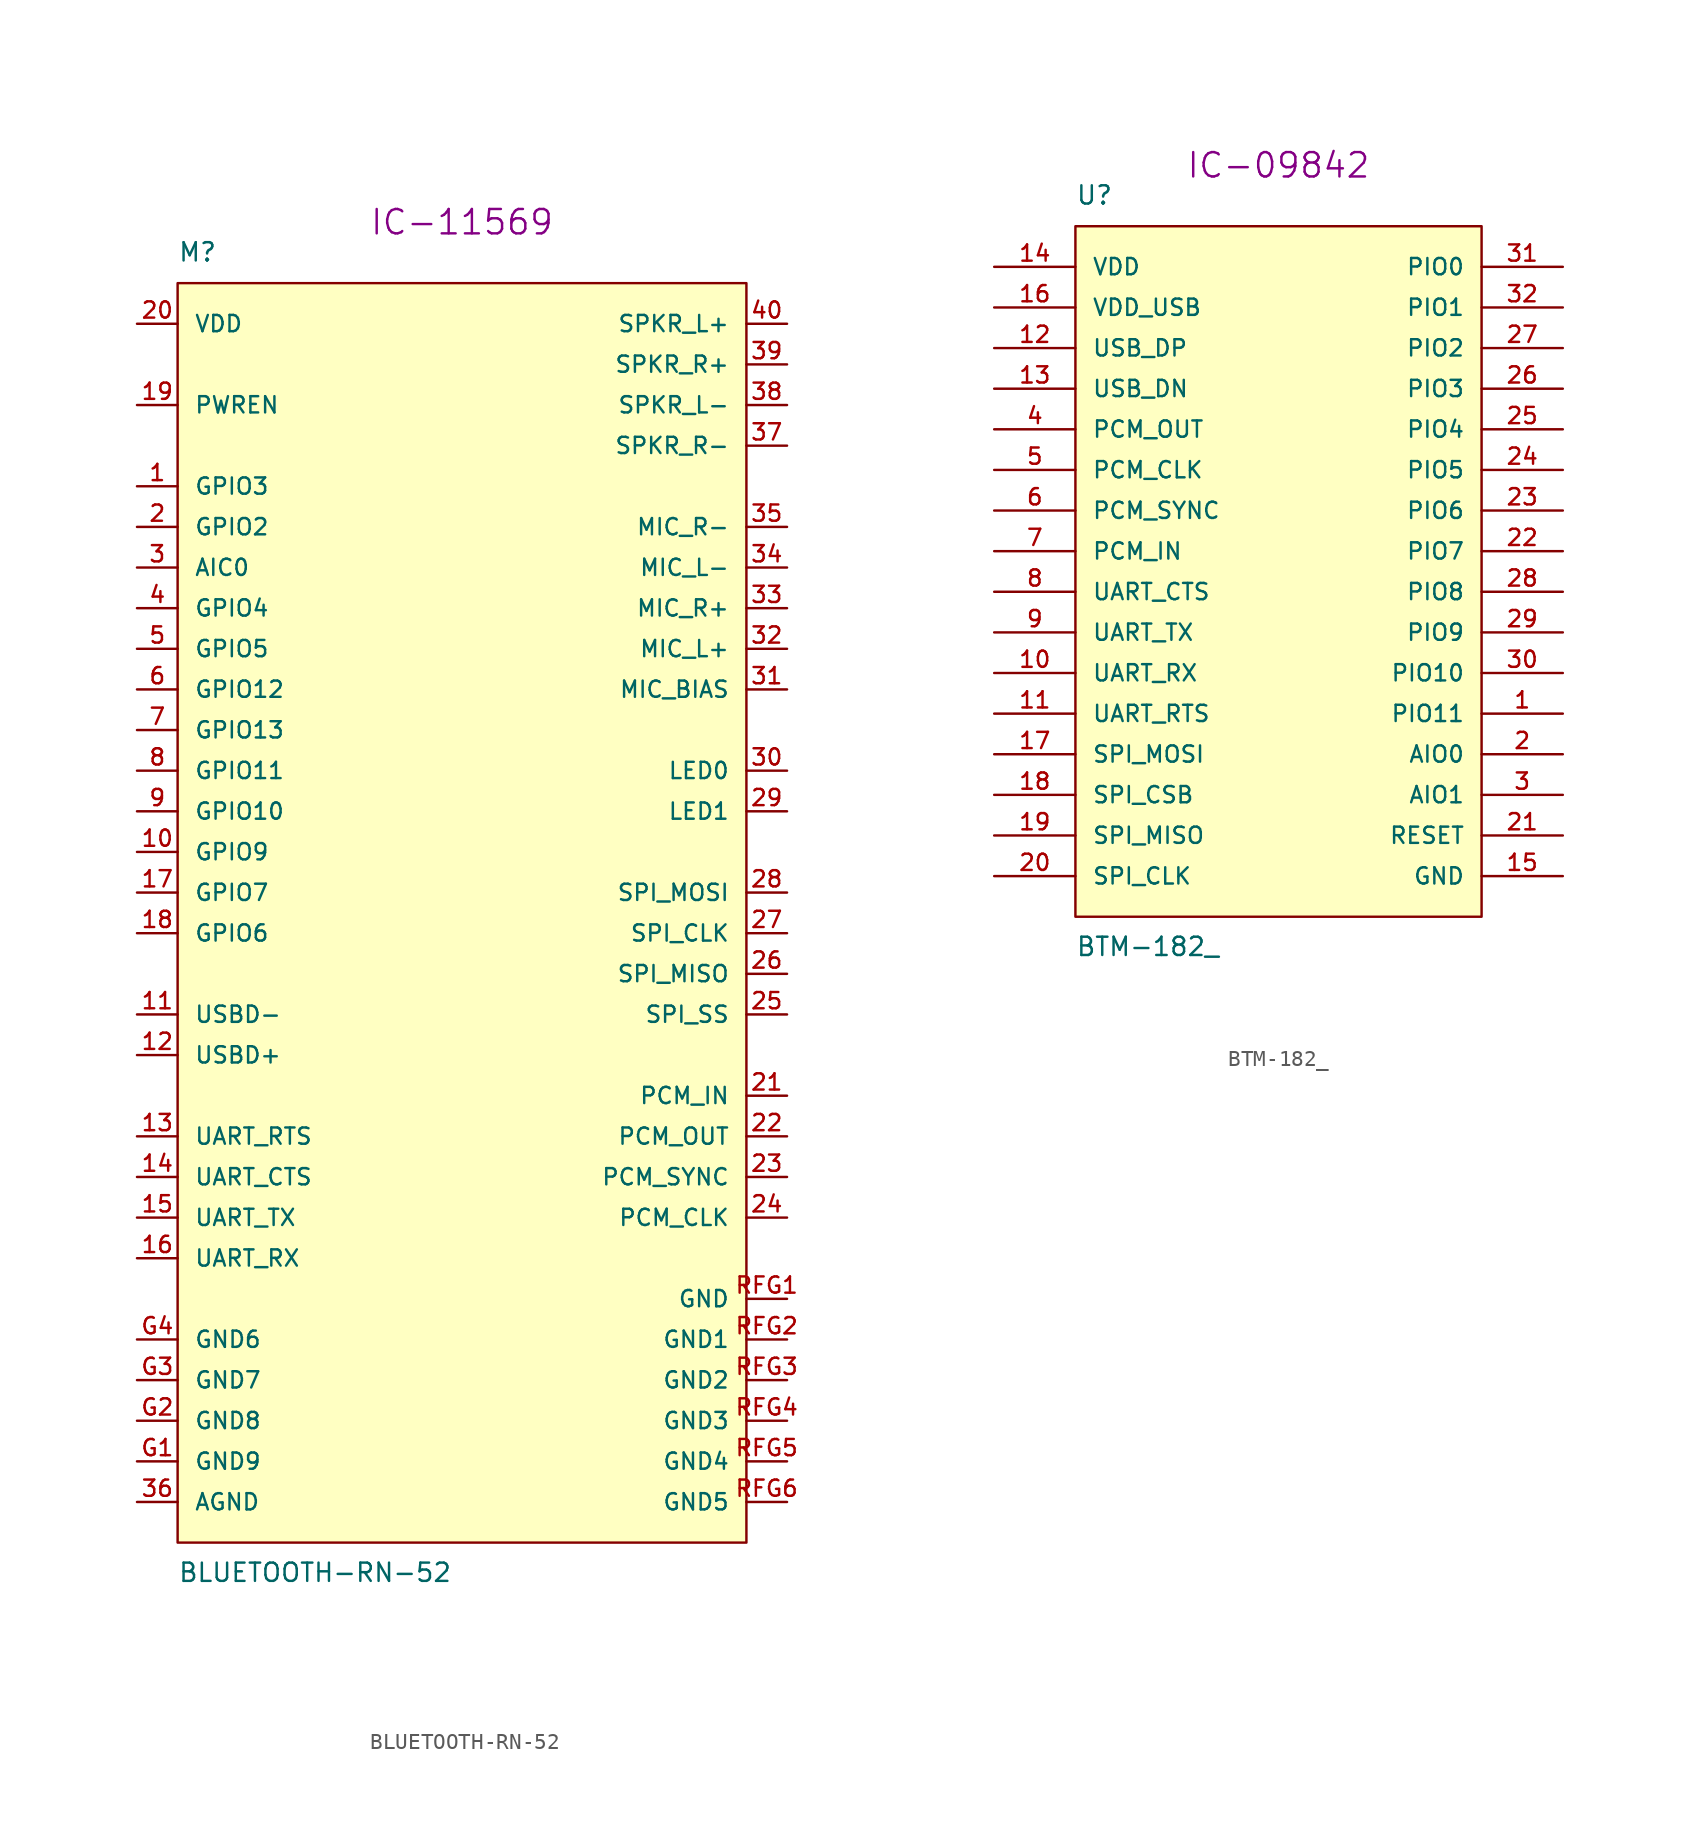
<source format=kicad_sym>
(kicad_symbol_lib
  (version 20220914)
  (generator kicad_symbol_editor)
  (symbol "BLUETOOTH-RN-52"
    (pin_names
      (offset 1.016))
    (property "Reference" "M"
      (at -17.78 39.37 0)
      (effects (font (size 1.143 1.143)) (justify left bottom)))
    (property "Value" "BLUETOOTH-RN-52"
      (at -17.78 -43.18 0)
      (effects (font (size 1.143 1.143)) (justify left bottom)))
    (property "Field4" "IC-11569"
      (at 0 41.91 0)
      (effects (font (size 1.524 1.524))))
    (property "ki_locked" ""
      (at 0 0 0)
      (effects (font (size 1.27 1.27))))
    (symbol "BLUETOOTH-RN-52_1_1"
      (polyline (pts (xy -17.78 -40.64) (xy 17.78 -40.64) (xy 17.78 38.1) (xy -17.78 38.1) (xy -17.78 -40.64)) (stroke (width 0) (type solid)) (fill (type background)))
      (pin bidirectional line (at -20.32 25.4 0) (length 2.54) (name "GPIO3" (effects (font (size 1.016 1.016)))) (number "1" (effects (font (size 1.016 1.016)))))
      (pin bidirectional line (at -20.32 2.54 0) (length 2.54) (name "GPIO9" (effects (font (size 1.016 1.016)))) (number "10" (effects (font (size 1.016 1.016)))))
      (pin bidirectional line (at -20.32 -7.62 0) (length 2.54) (name "USBD-" (effects (font (size 1.016 1.016)))) (number "11" (effects (font (size 1.016 1.016)))))
      (pin bidirectional line (at -20.32 -10.16 0) (length 2.54) (name "USBD+" (effects (font (size 1.016 1.016)))) (number "12" (effects (font (size 1.016 1.016)))))
      (pin bidirectional line (at -20.32 -15.24 0) (length 2.54) (name "UART_RTS" (effects (font (size 1.016 1.016)))) (number "13" (effects (font (size 1.016 1.016)))))
      (pin bidirectional line (at -20.32 -17.78 0) (length 2.54) (name "UART_CTS" (effects (font (size 1.016 1.016)))) (number "14" (effects (font (size 1.016 1.016)))))
      (pin bidirectional line (at -20.32 -20.32 0) (length 2.54) (name "UART_TX" (effects (font (size 1.016 1.016)))) (number "15" (effects (font (size 1.016 1.016)))))
      (pin bidirectional line (at -20.32 -22.86 0) (length 2.54) (name "UART_RX" (effects (font (size 1.016 1.016)))) (number "16" (effects (font (size 1.016 1.016)))))
      (pin bidirectional line (at -20.32 0 0) (length 2.54) (name "GPIO7" (effects (font (size 1.016 1.016)))) (number "17" (effects (font (size 1.016 1.016)))))
      (pin bidirectional line (at -20.32 -2.54 0) (length 2.54) (name "GPIO6" (effects (font (size 1.016 1.016)))) (number "18" (effects (font (size 1.016 1.016)))))
      (pin bidirectional line (at -20.32 30.48 0) (length 2.54) (name "PWREN" (effects (font (size 1.016 1.016)))) (number "19" (effects (font (size 1.016 1.016)))))
      (pin bidirectional line (at -20.32 22.86 0) (length 2.54) (name "GPIO2" (effects (font (size 1.016 1.016)))) (number "2" (effects (font (size 1.016 1.016)))))
      (pin bidirectional line (at -20.32 35.56 0) (length 2.54) (name "VDD" (effects (font (size 1.016 1.016)))) (number "20" (effects (font (size 1.016 1.016)))))
      (pin bidirectional line (at 20.32 -12.7 180) (length 2.54) (name "PCM_IN" (effects (font (size 1.016 1.016)))) (number "21" (effects (font (size 1.016 1.016)))))
      (pin bidirectional line (at 20.32 -15.24 180) (length 2.54) (name "PCM_OUT" (effects (font (size 1.016 1.016)))) (number "22" (effects (font (size 1.016 1.016)))))
      (pin bidirectional line (at 20.32 -17.78 180) (length 2.54) (name "PCM_SYNC" (effects (font (size 1.016 1.016)))) (number "23" (effects (font (size 1.016 1.016)))))
      (pin bidirectional line (at 20.32 -20.32 180) (length 2.54) (name "PCM_CLK" (effects (font (size 1.016 1.016)))) (number "24" (effects (font (size 1.016 1.016)))))
      (pin bidirectional line (at 20.32 -7.62 180) (length 2.54) (name "SPI_SS" (effects (font (size 1.016 1.016)))) (number "25" (effects (font (size 1.016 1.016)))))
      (pin bidirectional line (at 20.32 -5.08 180) (length 2.54) (name "SPI_MISO" (effects (font (size 1.016 1.016)))) (number "26" (effects (font (size 1.016 1.016)))))
      (pin bidirectional line (at 20.32 -2.54 180) (length 2.54) (name "SPI_CLK" (effects (font (size 1.016 1.016)))) (number "27" (effects (font (size 1.016 1.016)))))
      (pin bidirectional line (at 20.32 0 180) (length 2.54) (name "SPI_MOSI" (effects (font (size 1.016 1.016)))) (number "28" (effects (font (size 1.016 1.016)))))
      (pin bidirectional line (at 20.32 5.08 180) (length 2.54) (name "LED1" (effects (font (size 1.016 1.016)))) (number "29" (effects (font (size 1.016 1.016)))))
      (pin bidirectional line (at -20.32 20.32 0) (length 2.54) (name "AIC0" (effects (font (size 1.016 1.016)))) (number "3" (effects (font (size 1.016 1.016)))))
      (pin bidirectional line (at 20.32 7.62 180) (length 2.54) (name "LED0" (effects (font (size 1.016 1.016)))) (number "30" (effects (font (size 1.016 1.016)))))
      (pin bidirectional line (at 20.32 12.7 180) (length 2.54) (name "MIC_BIAS" (effects (font (size 1.016 1.016)))) (number "31" (effects (font (size 1.016 1.016)))))
      (pin bidirectional line (at 20.32 15.24 180) (length 2.54) (name "MIC_L+" (effects (font (size 1.016 1.016)))) (number "32" (effects (font (size 1.016 1.016)))))
      (pin bidirectional line (at 20.32 17.78 180) (length 2.54) (name "MIC_R+" (effects (font (size 1.016 1.016)))) (number "33" (effects (font (size 1.016 1.016)))))
      (pin bidirectional line (at 20.32 20.32 180) (length 2.54) (name "MIC_L-" (effects (font (size 1.016 1.016)))) (number "34" (effects (font (size 1.016 1.016)))))
      (pin bidirectional line (at 20.32 22.86 180) (length 2.54) (name "MIC_R-" (effects (font (size 1.016 1.016)))) (number "35" (effects (font (size 1.016 1.016)))))
      (pin bidirectional line (at -20.32 -38.1 0) (length 2.54) (name "AGND" (effects (font (size 1.016 1.016)))) (number "36" (effects (font (size 1.016 1.016)))))
      (pin bidirectional line (at 20.32 27.94 180) (length 2.54) (name "SPKR_R-" (effects (font (size 1.016 1.016)))) (number "37" (effects (font (size 1.016 1.016)))))
      (pin bidirectional line (at 20.32 30.48 180) (length 2.54) (name "SPKR_L-" (effects (font (size 1.016 1.016)))) (number "38" (effects (font (size 1.016 1.016)))))
      (pin bidirectional line (at 20.32 33.02 180) (length 2.54) (name "SPKR_R+" (effects (font (size 1.016 1.016)))) (number "39" (effects (font (size 1.016 1.016)))))
      (pin bidirectional line (at -20.32 17.78 0) (length 2.54) (name "GPIO4" (effects (font (size 1.016 1.016)))) (number "4" (effects (font (size 1.016 1.016)))))
      (pin bidirectional line (at 20.32 35.56 180) (length 2.54) (name "SPKR_L+" (effects (font (size 1.016 1.016)))) (number "40" (effects (font (size 1.016 1.016)))))
      (pin bidirectional line (at -20.32 15.24 0) (length 2.54) (name "GPIO5" (effects (font (size 1.016 1.016)))) (number "5" (effects (font (size 1.016 1.016)))))
      (pin bidirectional line (at -20.32 12.7 0) (length 2.54) (name "GPIO12" (effects (font (size 1.016 1.016)))) (number "6" (effects (font (size 1.016 1.016)))))
      (pin bidirectional line (at -20.32 10.16 0) (length 2.54) (name "GPIO13" (effects (font (size 1.016 1.016)))) (number "7" (effects (font (size 1.016 1.016)))))
      (pin bidirectional line (at -20.32 7.62 0) (length 2.54) (name "GPIO11" (effects (font (size 1.016 1.016)))) (number "8" (effects (font (size 1.016 1.016)))))
      (pin bidirectional line (at -20.32 5.08 0) (length 2.54) (name "GPIO10" (effects (font (size 1.016 1.016)))) (number "9" (effects (font (size 1.016 1.016)))))
      (pin bidirectional line (at -20.32 -35.56 0) (length 2.54) (name "GND9" (effects (font (size 1.016 1.016)))) (number "G1" (effects (font (size 1.016 1.016)))))
      (pin bidirectional line (at -20.32 -33.02 0) (length 2.54) (name "GND8" (effects (font (size 1.016 1.016)))) (number "G2" (effects (font (size 1.016 1.016)))))
      (pin bidirectional line (at -20.32 -30.48 0) (length 2.54) (name "GND7" (effects (font (size 1.016 1.016)))) (number "G3" (effects (font (size 1.016 1.016)))))
      (pin bidirectional line (at -20.32 -27.94 0) (length 2.54) (name "GND6" (effects (font (size 1.016 1.016)))) (number "G4" (effects (font (size 1.016 1.016)))))
      (pin bidirectional line (at 20.32 -25.4 180) (length 2.54) (name "GND" (effects (font (size 1.016 1.016)))) (number "RFG1" (effects (font (size 1.016 1.016)))))
      (pin bidirectional line (at 20.32 -27.94 180) (length 2.54) (name "GND1" (effects (font (size 1.016 1.016)))) (number "RFG2" (effects (font (size 1.016 1.016)))))
      (pin bidirectional line (at 20.32 -30.48 180) (length 2.54) (name "GND2" (effects (font (size 1.016 1.016)))) (number "RFG3" (effects (font (size 1.016 1.016)))))
      (pin bidirectional line (at 20.32 -33.02 180) (length 2.54) (name "GND3" (effects (font (size 1.016 1.016)))) (number "RFG4" (effects (font (size 1.016 1.016)))))
      (pin bidirectional line (at 20.32 -35.56 180) (length 2.54) (name "GND4" (effects (font (size 1.016 1.016)))) (number "RFG5" (effects (font (size 1.016 1.016)))))
      (pin bidirectional line (at 20.32 -38.1 180) (length 2.54) (name "GND5" (effects (font (size 1.016 1.016)))) (number "RFG6" (effects (font (size 1.016 1.016)))))))
  (symbol "BTM-182_"
    (pin_names
      (offset 1.016))
    (property "Reference" "U"
      (at -12.7 24.13 0)
      (effects (font (size 1.143 1.143)) (justify left bottom)))
    (property "Value" "BTM-182_"
      (at -12.7 -22.86 0)
      (effects (font (size 1.143 1.143)) (justify left bottom)))
    (property "Field4" "IC-09842"
      (at 0 26.67 0)
      (effects (font (size 1.524 1.524))))
    (property "ki_locked" ""
      (at 0 0 0)
      (effects (font (size 1.27 1.27))))
    (symbol "BTM-182__1_1"
      (polyline (pts (xy -12.7 -20.32) (xy 12.7 -20.32) (xy 12.7 22.86) (xy -12.7 22.86) (xy -12.7 -20.32)) (stroke (width 0) (type solid)) (fill (type background)))
      (pin bidirectional line (at 17.78 -7.62 180) (length 5.08) (name "PIO11" (effects (font (size 1.016 1.016)))) (number "1" (effects (font (size 1.016 1.016)))))
      (pin bidirectional line (at -17.78 -5.08 0) (length 5.08) (name "UART_RX" (effects (font (size 1.016 1.016)))) (number "10" (effects (font (size 1.016 1.016)))))
      (pin bidirectional line (at -17.78 -7.62 0) (length 5.08) (name "UART_RTS" (effects (font (size 1.016 1.016)))) (number "11" (effects (font (size 1.016 1.016)))))
      (pin bidirectional line (at -17.78 15.24 0) (length 5.08) (name "USB_DP" (effects (font (size 1.016 1.016)))) (number "12" (effects (font (size 1.016 1.016)))))
      (pin bidirectional line (at -17.78 12.7 0) (length 5.08) (name "USB_DN" (effects (font (size 1.016 1.016)))) (number "13" (effects (font (size 1.016 1.016)))))
      (pin bidirectional line (at -17.78 20.32 0) (length 5.08) (name "VDD" (effects (font (size 1.016 1.016)))) (number "14" (effects (font (size 1.016 1.016)))))
      (pin bidirectional line (at 17.78 -17.78 180) (length 5.08) (name "GND" (effects (font (size 1.016 1.016)))) (number "15" (effects (font (size 1.016 1.016)))))
      (pin bidirectional line (at -17.78 17.78 0) (length 5.08) (name "VDD_USB" (effects (font (size 1.016 1.016)))) (number "16" (effects (font (size 1.016 1.016)))))
      (pin bidirectional line (at -17.78 -10.16 0) (length 5.08) (name "SPI_MOSI" (effects (font (size 1.016 1.016)))) (number "17" (effects (font (size 1.016 1.016)))))
      (pin bidirectional line (at -17.78 -12.7 0) (length 5.08) (name "SPI_CSB" (effects (font (size 1.016 1.016)))) (number "18" (effects (font (size 1.016 1.016)))))
      (pin bidirectional line (at -17.78 -15.24 0) (length 5.08) (name "SPI_MISO" (effects (font (size 1.016 1.016)))) (number "19" (effects (font (size 1.016 1.016)))))
      (pin bidirectional line (at 17.78 -10.16 180) (length 5.08) (name "AIO0" (effects (font (size 1.016 1.016)))) (number "2" (effects (font (size 1.016 1.016)))))
      (pin bidirectional line (at -17.78 -17.78 0) (length 5.08) (name "SPI_CLK" (effects (font (size 1.016 1.016)))) (number "20" (effects (font (size 1.016 1.016)))))
      (pin bidirectional line (at 17.78 -15.24 180) (length 5.08) (name "RESET" (effects (font (size 1.016 1.016)))) (number "21" (effects (font (size 1.016 1.016)))))
      (pin bidirectional line (at 17.78 2.54 180) (length 5.08) (name "PIO7" (effects (font (size 1.016 1.016)))) (number "22" (effects (font (size 1.016 1.016)))))
      (pin bidirectional line (at 17.78 5.08 180) (length 5.08) (name "PIO6" (effects (font (size 1.016 1.016)))) (number "23" (effects (font (size 1.016 1.016)))))
      (pin bidirectional line (at 17.78 7.62 180) (length 5.08) (name "PIO5" (effects (font (size 1.016 1.016)))) (number "24" (effects (font (size 1.016 1.016)))))
      (pin bidirectional line (at 17.78 10.16 180) (length 5.08) (name "PIO4" (effects (font (size 1.016 1.016)))) (number "25" (effects (font (size 1.016 1.016)))))
      (pin bidirectional line (at 17.78 12.7 180) (length 5.08) (name "PIO3" (effects (font (size 1.016 1.016)))) (number "26" (effects (font (size 1.016 1.016)))))
      (pin bidirectional line (at 17.78 15.24 180) (length 5.08) (name "PIO2" (effects (font (size 1.016 1.016)))) (number "27" (effects (font (size 1.016 1.016)))))
      (pin bidirectional line (at 17.78 0 180) (length 5.08) (name "PIO8" (effects (font (size 1.016 1.016)))) (number "28" (effects (font (size 1.016 1.016)))))
      (pin bidirectional line (at 17.78 -2.54 180) (length 5.08) (name "PIO9" (effects (font (size 1.016 1.016)))) (number "29" (effects (font (size 1.016 1.016)))))
      (pin bidirectional line (at 17.78 -12.7 180) (length 5.08) (name "AIO1" (effects (font (size 1.016 1.016)))) (number "3" (effects (font (size 1.016 1.016)))))
      (pin bidirectional line (at 17.78 -5.08 180) (length 5.08) (name "PIO10" (effects (font (size 1.016 1.016)))) (number "30" (effects (font (size 1.016 1.016)))))
      (pin bidirectional line (at 17.78 20.32 180) (length 5.08) (name "PIO0" (effects (font (size 1.016 1.016)))) (number "31" (effects (font (size 1.016 1.016)))))
      (pin bidirectional line (at 17.78 17.78 180) (length 5.08) (name "PIO1" (effects (font (size 1.016 1.016)))) (number "32" (effects (font (size 1.016 1.016)))))
      (pin bidirectional line (at -17.78 10.16 0) (length 5.08) (name "PCM_OUT" (effects (font (size 1.016 1.016)))) (number "4" (effects (font (size 1.016 1.016)))))
      (pin bidirectional line (at -17.78 7.62 0) (length 5.08) (name "PCM_CLK" (effects (font (size 1.016 1.016)))) (number "5" (effects (font (size 1.016 1.016)))))
      (pin bidirectional line (at -17.78 5.08 0) (length 5.08) (name "PCM_SYNC" (effects (font (size 1.016 1.016)))) (number "6" (effects (font (size 1.016 1.016)))))
      (pin bidirectional line (at -17.78 2.54 0) (length 5.08) (name "PCM_IN" (effects (font (size 1.016 1.016)))) (number "7" (effects (font (size 1.016 1.016)))))
      (pin bidirectional line (at -17.78 0 0) (length 5.08) (name "UART_CTS" (effects (font (size 1.016 1.016)))) (number "8" (effects (font (size 1.016 1.016)))))
      (pin bidirectional line (at -17.78 -2.54 0) (length 5.08) (name "UART_TX" (effects (font (size 1.016 1.016)))) (number "9" (effects (font (size 1.016 1.016))))))))
</source>
